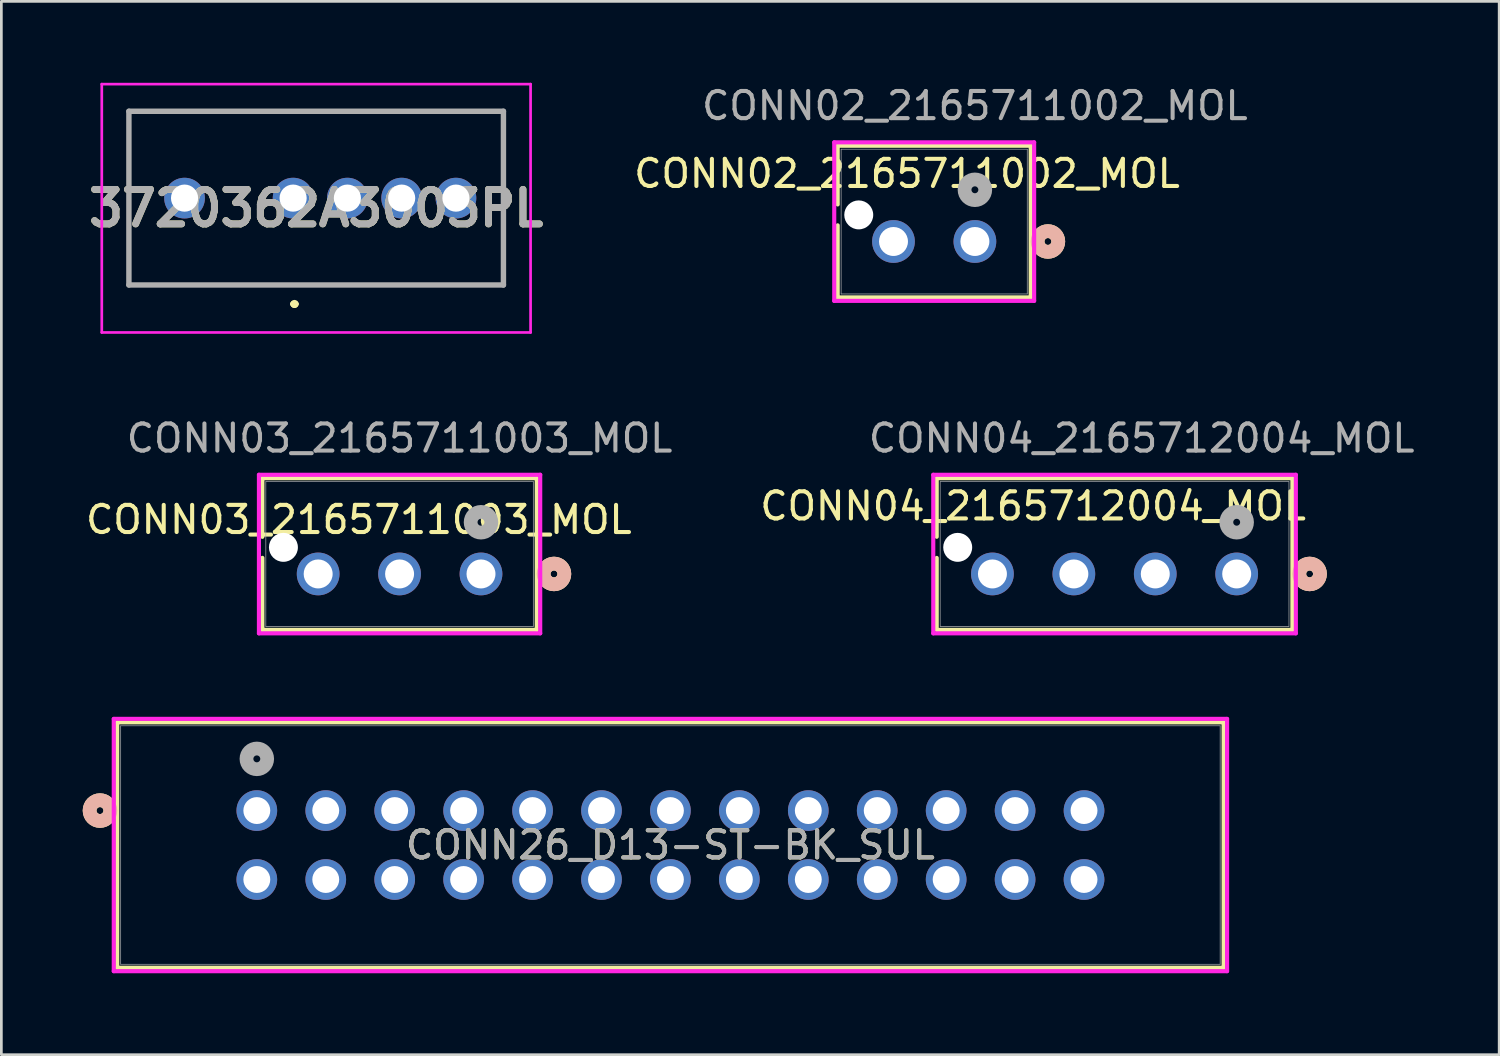
<source format=kicad_pcb>
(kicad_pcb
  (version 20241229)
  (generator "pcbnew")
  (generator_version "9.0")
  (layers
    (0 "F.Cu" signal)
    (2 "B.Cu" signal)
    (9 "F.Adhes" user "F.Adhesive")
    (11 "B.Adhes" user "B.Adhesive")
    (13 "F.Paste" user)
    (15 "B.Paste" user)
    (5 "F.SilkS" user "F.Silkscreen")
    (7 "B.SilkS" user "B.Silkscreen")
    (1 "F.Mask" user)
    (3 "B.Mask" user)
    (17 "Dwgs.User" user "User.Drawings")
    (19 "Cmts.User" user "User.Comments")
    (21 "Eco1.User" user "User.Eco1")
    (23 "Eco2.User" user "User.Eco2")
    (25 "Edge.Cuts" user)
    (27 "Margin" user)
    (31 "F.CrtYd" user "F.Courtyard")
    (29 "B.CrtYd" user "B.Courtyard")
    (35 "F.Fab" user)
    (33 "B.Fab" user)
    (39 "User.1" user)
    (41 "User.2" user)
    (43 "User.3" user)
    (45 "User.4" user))
  (footprint "3720362A3003PL"
    (layer "F.Cu")
    (at 7.75 4.25)
    (property "Reference" "3720362A3003PL" (at 0.85 0.375 0) (layer "F.SilkS") (effects (font (size 1.27 1.27) (thickness 0.254))))
    (attr through_hole)
    (fp_line (start -6.05 -3.2) (end 7.75 -3.2) (stroke (width 0.1) (type solid)) (layer "F.SilkS"))
    (fp_line (start -6.05 3.2) (end -6.05 -3.2) (stroke (width 0.1) (type solid)) (layer "F.SilkS"))
    (fp_line (start 0 3.9) (end 0 3.9) (stroke (width 0.2) (type solid)) (layer "F.SilkS"))
    (fp_line (start 0 3.9) (end 0 3.9) (stroke (width 0.2) (type solid)) (layer "F.SilkS"))
    (fp_line (start 0.1 3.9) (end 0.1 3.9) (stroke (width 0.2) (type solid)) (layer "F.SilkS"))
    (fp_line (start 7.75 -3.2) (end 7.75 3.2) (stroke (width 0.1) (type solid)) (layer "F.SilkS"))
    (fp_line (start 7.75 3.2) (end -6.05 3.2) (stroke (width 0.1) (type solid)) (layer "F.SilkS"))
    (fp_arc (start 0 3.9) (mid 0.05 3.85) (end 0.1 3.9) (stroke (width 0.2) (type solid)) (layer "F.SilkS"))
    (fp_arc (start 0.1 3.9) (mid 0.05 3.95) (end 0 3.9) (stroke (width 0.2) (type solid)) (layer "F.SilkS"))
    (fp_arc (start 0.1 3.9) (mid 0.05 3.95) (end 0 3.9) (stroke (width 0.2) (type solid)) (layer "F.SilkS"))
    (fp_line (start -7.05 -4.2) (end 8.75 -4.2) (stroke (width 0.1) (type solid)) (layer "F.CrtYd"))
    (fp_line (start -7.05 4.95) (end -7.05 -4.2) (stroke (width 0.1) (type solid)) (layer "F.CrtYd"))
    (fp_line (start 8.75 -4.2) (end 8.75 4.95) (stroke (width 0.1) (type solid)) (layer "F.CrtYd"))
    (fp_line (start 8.75 4.95) (end -7.05 4.95) (stroke (width 0.1) (type solid)) (layer "F.CrtYd"))
    (fp_line (start -6.05 -3.2) (end -6.05 3.2) (stroke (width 0.2) (type solid)) (layer "F.Fab"))
    (fp_line (start -6.05 3.2) (end 7.75 3.2) (stroke (width 0.2) (type solid)) (layer "F.Fab"))
    (fp_line (start 7.75 -3.2) (end -6.05 -3.2) (stroke (width 0.2) (type solid)) (layer "F.Fab"))
    (fp_line (start 7.75 3.2) (end 7.75 -3.2) (stroke (width 0.2) (type solid)) (layer "F.Fab"))
    (fp_text user "${REFERENCE}" (at 0.85 0.375 0) (layer "F.Fab") (effects (font (size 1.27 1.27) (thickness 0.254))))
    (pad "1" thru_hole circle (at 0 0) (size 1.5 1.5) (drill 1) (layers "*.Cu" "*.Mask"))
    (pad "2" thru_hole circle (at 2 0) (size 1.5 1.5) (drill 1) (layers "*.Cu" "*.Mask"))
    (pad "3" thru_hole circle (at 4 0) (size 1.5 1.5) (drill 1) (layers "*.Cu" "*.Mask"))
    (pad "MH1" thru_hole circle (at -4 0) (size 1.5 1.5) (drill 1) (layers "*.Cu" "*.Mask"))
    (pad "MH2" thru_hole circle (at 6 0) (size 1.5 1.5) (drill 1) (layers "*.Cu" "*.Mask")))
  (footprint "CONN26_D13-ST-BK_SUL"
    (layer "F.Cu")
    (at 6.413 26.817)
    (property "Reference" "CONN26_D13-ST-BK_SUL" (at 15.24 1.27 0) (unlocked yes) (layer "F.SilkS") (effects (font (size 1 1) (thickness 0.15))))
    (attr through_hole)
    (fp_line (start -5.144 -3.251) (end -5.144 5.791) (stroke (width 0.152) (type solid)) (layer "F.SilkS"))
    (fp_line (start -5.144 5.791) (end 35.623 5.791) (stroke (width 0.152) (type solid)) (layer "F.SilkS"))
    (fp_line (start 35.623 -3.251) (end -5.144 -3.251) (stroke (width 0.152) (type solid)) (layer "F.SilkS"))
    (fp_line (start 35.623 5.791) (end 35.623 -3.251) (stroke (width 0.152) (type solid)) (layer "F.SilkS"))
    (fp_circle (center -5.779 0) (end -5.397 0) (stroke (width 0.508) (type solid)) (fill no) (layer "F.SilkS"))
    (fp_circle (center -5.779 0) (end -5.397 0) (stroke (width 0.508) (type solid)) (fill no) (layer "B.SilkS"))
    (fp_line (start -5.271 -3.378) (end -5.271 5.918) (stroke (width 0.152) (type solid)) (layer "F.CrtYd"))
    (fp_line (start -5.271 5.918) (end 35.751 5.918) (stroke (width 0.152) (type solid)) (layer "F.CrtYd"))
    (fp_line (start 35.751 -3.378) (end -5.271 -3.378) (stroke (width 0.152) (type solid)) (layer "F.CrtYd"))
    (fp_line (start 35.751 5.918) (end 35.751 -3.378) (stroke (width 0.152) (type solid)) (layer "F.CrtYd"))
    (fp_line (start -5.016 -3.124) (end -5.016 5.664) (stroke (width 0.025) (type solid)) (layer "F.Fab"))
    (fp_line (start -5.016 5.664) (end 35.496 5.664) (stroke (width 0.025) (type solid)) (layer "F.Fab"))
    (fp_line (start 35.496 -3.124) (end -5.016 -3.124) (stroke (width 0.025) (type solid)) (layer "F.Fab"))
    (fp_line (start 35.496 5.664) (end 35.496 -3.124) (stroke (width 0.025) (type solid)) (layer "F.Fab"))
    (fp_circle (center 0 -1.905) (end 0.381 -1.905) (stroke (width 0.508) (type solid)) (fill no) (layer "F.Fab"))
    (fp_text user "${REFERENCE}" (at 15.24 1.27 0) (unlocked yes) (layer "F.Fab") (effects (font (size 1 1) (thickness 0.15))))
    (pad "1" thru_hole circle (at 0 0) (size 1.499 1.499) (drill 0.991) (layers "*.Cu" "*.Mask"))
    (pad "2" thru_hole circle (at 0 2.54) (size 1.499 1.499) (drill 0.991) (layers "*.Cu" "*.Mask"))
    (pad "3" thru_hole circle (at 2.54 0) (size 1.499 1.499) (drill 0.991) (layers "*.Cu" "*.Mask"))
    (pad "4" thru_hole circle (at 2.54 2.54) (size 1.499 1.499) (drill 0.991) (layers "*.Cu" "*.Mask"))
    (pad "5" thru_hole circle (at 5.08 0) (size 1.499 1.499) (drill 0.991) (layers "*.Cu" "*.Mask"))
    (pad "6" thru_hole circle (at 5.08 2.54) (size 1.499 1.499) (drill 0.991) (layers "*.Cu" "*.Mask"))
    (pad "7" thru_hole circle (at 7.62 0) (size 1.499 1.499) (drill 0.991) (layers "*.Cu" "*.Mask"))
    (pad "8" thru_hole circle (at 7.62 2.54) (size 1.499 1.499) (drill 0.991) (layers "*.Cu" "*.Mask"))
    (pad "9" thru_hole circle (at 10.16 0) (size 1.499 1.499) (drill 0.991) (layers "*.Cu" "*.Mask"))
    (pad "10" thru_hole circle (at 10.16 2.54) (size 1.499 1.499) (drill 0.991) (layers "*.Cu" "*.Mask"))
    (pad "11" thru_hole circle (at 12.7 0) (size 1.499 1.499) (drill 0.991) (layers "*.Cu" "*.Mask"))
    (pad "12" thru_hole circle (at 12.7 2.54) (size 1.499 1.499) (drill 0.991) (layers "*.Cu" "*.Mask"))
    (pad "13" thru_hole circle (at 15.24 0) (size 1.499 1.499) (drill 0.991) (layers "*.Cu" "*.Mask"))
    (pad "14" thru_hole circle (at 15.24 2.54) (size 1.499 1.499) (drill 0.991) (layers "*.Cu" "*.Mask"))
    (pad "15" thru_hole circle (at 17.78 0) (size 1.499 1.499) (drill 0.991) (layers "*.Cu" "*.Mask"))
    (pad "16" thru_hole circle (at 17.78 2.54) (size 1.499 1.499) (drill 0.991) (layers "*.Cu" "*.Mask"))
    (pad "17" thru_hole circle (at 20.32 0) (size 1.499 1.499) (drill 0.991) (layers "*.Cu" "*.Mask"))
    (pad "18" thru_hole circle (at 20.32 2.54) (size 1.499 1.499) (drill 0.991) (layers "*.Cu" "*.Mask"))
    (pad "19" thru_hole circle (at 22.86 0) (size 1.499 1.499) (drill 0.991) (layers "*.Cu" "*.Mask"))
    (pad "20" thru_hole circle (at 22.86 2.54) (size 1.499 1.499) (drill 0.991) (layers "*.Cu" "*.Mask"))
    (pad "21" thru_hole circle (at 25.4 0) (size 1.499 1.499) (drill 0.991) (layers "*.Cu" "*.Mask"))
    (pad "22" thru_hole circle (at 25.4 2.54) (size 1.499 1.499) (drill 0.991) (layers "*.Cu" "*.Mask"))
    (pad "23" thru_hole circle (at 27.94 0) (size 1.499 1.499) (drill 0.991) (layers "*.Cu" "*.Mask"))
    (pad "24" thru_hole circle (at 27.94 2.54) (size 1.499 1.499) (drill 0.991) (layers "*.Cu" "*.Mask"))
    (pad "25" thru_hole circle (at 30.48 0) (size 1.499 1.499) (drill 0.991) (layers "*.Cu" "*.Mask"))
    (pad "26" thru_hole circle (at 30.48 2.54) (size 1.499 1.499) (drill 0.991) (layers "*.Cu" "*.Mask")))
  (footprint "CONN03_2165711003_MOL"
    (layer "F.Cu")
    (at 14.673 18.098)
    (property "Reference" "CONN03_2165711003_MOL" (at -4.5 -2 0) (unlocked yes) (layer "F.SilkS") (effects (font (size 1 1) (thickness 0.15))))
    (attr through_hole)
    (fp_line (start -8.055 -3.527) (end -8.055 -1.368) (stroke (width 0.152) (type solid)) (layer "F.SilkS"))
    (fp_line (start -8.055 -0.592) (end -8.055 2.061) (stroke (width 0.152) (type solid)) (layer "F.SilkS"))
    (fp_line (start -8.055 2.061) (end 2.055 2.061) (stroke (width 0.152) (type solid)) (layer "F.SilkS"))
    (fp_line (start 2.055 -3.527) (end -8.055 -3.527) (stroke (width 0.152) (type solid)) (layer "F.SilkS"))
    (fp_line (start 2.055 2.061) (end 2.055 -3.527) (stroke (width 0.152) (type solid)) (layer "F.SilkS"))
    (fp_circle (center 2.69 0) (end 3.071 0) (stroke (width 0.508) (type solid)) (fill no) (layer "F.SilkS"))
    (fp_circle (center 2.69 0) (end 3.071 0) (stroke (width 0.508) (type solid)) (fill no) (layer "B.SilkS"))
    (fp_line (start -8.182 -3.654) (end -8.182 2.188) (stroke (width 0.152) (type solid)) (layer "F.CrtYd"))
    (fp_line (start -8.182 2.188) (end 2.182 2.188) (stroke (width 0.152) (type solid)) (layer "F.CrtYd"))
    (fp_line (start 2.182 -3.654) (end -8.182 -3.654) (stroke (width 0.152) (type solid)) (layer "F.CrtYd"))
    (fp_line (start 2.182 2.188) (end 2.182 -3.654) (stroke (width 0.152) (type solid)) (layer "F.CrtYd"))
    (fp_line (start -7.928 -3.4) (end -7.928 1.934) (stroke (width 0.025) (type solid)) (layer "F.Fab"))
    (fp_line (start -7.928 1.934) (end 1.928 1.934) (stroke (width 0.025) (type solid)) (layer "F.Fab"))
    (fp_line (start 1.928 -3.4) (end -7.928 -3.4) (stroke (width 0.025) (type solid)) (layer "F.Fab"))
    (fp_line (start 1.928 1.934) (end 1.928 -3.4) (stroke (width 0.025) (type solid)) (layer "F.Fab"))
    (fp_circle (center 0 -1.905) (end 0.381 -1.905) (stroke (width 0.508) (type solid)) (fill no) (layer "F.Fab"))
    (fp_text user "${REFERENCE}" (at -3 -5 0) (unlocked yes) (layer "F.Fab") (effects (font (size 1 1) (thickness 0.15))))
    (pad "" np_thru_hole circle (at -7.28 -0.98) (size 1.067 1.067) (drill 1.067) (layers "*.Cu" "*.Mask"))
    (pad "1" thru_hole circle (at 0 0) (size 1.575 1.575) (drill 1.067) (layers "*.Cu" "*.Mask"))
    (pad "2" thru_hole circle (at -3 0) (size 1.575 1.575) (drill 1.067) (layers "*.Cu" "*.Mask"))
    (pad "3" thru_hole circle (at -6 0) (size 1.575 1.575) (drill 1.067) (layers "*.Cu" "*.Mask")))
  (footprint "CONN02_2165711002_MOL"
    (layer "F.Cu")
    (at 32.872 5.848)
    (property "Reference" "CONN02_2165711002_MOL" (at -2.5 -2.5 0) (unlocked yes) (layer "F.SilkS") (effects (font (size 1 1) (thickness 0.15))))
    (attr through_hole)
    (fp_line (start -5.056 -3.527) (end -5.056 -1.365) (stroke (width 0.152) (type solid)) (layer "F.SilkS"))
    (fp_line (start -5.056 -0.595) (end -5.056 2.061) (stroke (width 0.152) (type solid)) (layer "F.SilkS"))
    (fp_line (start -5.056 2.061) (end 2.056 2.061) (stroke (width 0.152) (type solid)) (layer "F.SilkS"))
    (fp_line (start 2.056 -3.527) (end -5.056 -3.527) (stroke (width 0.152) (type solid)) (layer "F.SilkS"))
    (fp_line (start 2.056 2.061) (end 2.056 -3.527) (stroke (width 0.152) (type solid)) (layer "F.SilkS"))
    (fp_circle (center 2.691 0) (end 3.072 0) (stroke (width 0.508) (type solid)) (fill no) (layer "F.SilkS"))
    (fp_circle (center 2.691 0) (end 3.072 0) (stroke (width 0.508) (type solid)) (fill no) (layer "B.SilkS"))
    (fp_line (start -5.183 -3.654) (end -5.183 2.188) (stroke (width 0.152) (type solid)) (layer "F.CrtYd"))
    (fp_line (start -5.183 2.188) (end 2.183 2.188) (stroke (width 0.152) (type solid)) (layer "F.CrtYd"))
    (fp_line (start 2.183 -3.654) (end -5.183 -3.654) (stroke (width 0.152) (type solid)) (layer "F.CrtYd"))
    (fp_line (start 2.183 2.188) (end 2.183 -3.654) (stroke (width 0.152) (type solid)) (layer "F.CrtYd"))
    (fp_line (start -4.929 -3.4) (end -4.929 1.934) (stroke (width 0.025) (type solid)) (layer "F.Fab"))
    (fp_line (start -4.929 1.934) (end 1.929 1.934) (stroke (width 0.025) (type solid)) (layer "F.Fab"))
    (fp_line (start 1.929 -3.4) (end -4.929 -3.4) (stroke (width 0.025) (type solid)) (layer "F.Fab"))
    (fp_line (start 1.929 1.934) (end 1.929 -3.4) (stroke (width 0.025) (type solid)) (layer "F.Fab"))
    (fp_circle (center 0 -1.905) (end 0.381 -1.905) (stroke (width 0.508) (type solid)) (fill no) (layer "F.Fab"))
    (fp_text user "${REFERENCE}" (at 0 -5 0) (unlocked yes) (layer "F.Fab") (effects (font (size 1 1) (thickness 0.15))))
    (pad "" np_thru_hole circle (at -4.28 -0.98) (size 1.067 1.067) (drill 1.067) (layers "*.Cu" "*.Mask"))
    (pad "1" thru_hole circle (at 0 0) (size 1.575 1.575) (drill 1.067) (layers "*.Cu" "*.Mask"))
    (pad "2" thru_hole circle (at -3 0) (size 1.575 1.575) (drill 1.067) (layers "*.Cu" "*.Mask")))
  (footprint "CONN04_2165712004_MOL"
    (layer "F.Cu")
    (at 42.518 18.098)
    (property "Reference" "CONN04_2165712004_MOL" (at -7.5 -2.5 0) (unlocked yes) (layer "F.SilkS") (effects (font (size 1 1) (thickness 0.15))))
    (attr through_hole)
    (fp_line (start -11.053 -3.527) (end -11.053 -1.37) (stroke (width 0.152) (type solid)) (layer "F.SilkS"))
    (fp_line (start -11.053 -0.59) (end -11.053 2.061) (stroke (width 0.152) (type solid)) (layer "F.SilkS"))
    (fp_line (start -11.053 2.061) (end 2.053 2.061) (stroke (width 0.152) (type solid)) (layer "F.SilkS"))
    (fp_line (start 2.053 -3.527) (end -11.053 -3.527) (stroke (width 0.152) (type solid)) (layer "F.SilkS"))
    (fp_line (start 2.053 2.061) (end 2.053 -3.527) (stroke (width 0.152) (type solid)) (layer "F.SilkS"))
    (fp_circle (center 2.688 0) (end 3.069 0) (stroke (width 0.508) (type solid)) (fill no) (layer "F.SilkS"))
    (fp_circle (center 2.688 0) (end 3.069 0) (stroke (width 0.508) (type solid)) (fill no) (layer "B.SilkS"))
    (fp_line (start -11.18 -3.654) (end -11.18 2.188) (stroke (width 0.152) (type solid)) (layer "F.CrtYd"))
    (fp_line (start -11.18 2.188) (end 2.18 2.188) (stroke (width 0.152) (type solid)) (layer "F.CrtYd"))
    (fp_line (start 2.18 -3.654) (end -11.18 -3.654) (stroke (width 0.152) (type solid)) (layer "F.CrtYd"))
    (fp_line (start 2.18 2.188) (end 2.18 -3.654) (stroke (width 0.152) (type solid)) (layer "F.CrtYd"))
    (fp_line (start -10.926 -3.4) (end -10.926 1.934) (stroke (width 0.025) (type solid)) (layer "F.Fab"))
    (fp_line (start -10.926 1.934) (end 1.926 1.934) (stroke (width 0.025) (type solid)) (layer "F.Fab"))
    (fp_line (start 1.926 -3.4) (end -10.926 -3.4) (stroke (width 0.025) (type solid)) (layer "F.Fab"))
    (fp_line (start 1.926 1.934) (end 1.926 -3.4) (stroke (width 0.025) (type solid)) (layer "F.Fab"))
    (fp_circle (center 0 -1.905) (end 0.381 -1.905) (stroke (width 0.508) (type solid)) (fill no) (layer "F.Fab"))
    (fp_text user "${REFERENCE}" (at -3.5 -5 0) (unlocked yes) (layer "F.Fab") (effects (font (size 1 1) (thickness 0.15))))
    (pad "" np_thru_hole circle (at -10.28 -0.98) (size 1.067 1.067) (drill 1.067) (layers "*.Cu" "*.Mask"))
    (pad "1" thru_hole circle (at 0 0) (size 1.575 1.575) (drill 1.067) (layers "*.Cu" "*.Mask"))
    (pad "2" thru_hole circle (at -3 0) (size 1.575 1.575) (drill 1.067) (layers "*.Cu" "*.Mask"))
    (pad "3" thru_hole circle (at -6 0) (size 1.575 1.575) (drill 1.067) (layers "*.Cu" "*.Mask"))
    (pad "4" thru_hole circle (at -9 0) (size 1.575 1.575) (drill 1.067) (layers "*.Cu" "*.Mask")))
  (gr_rect
    (start -3 -3)
    (end 52.19 35.811)
    (stroke (width 0.1) (type default))
    (fill no)
    (layer "Edge.Cuts")))
</source>
